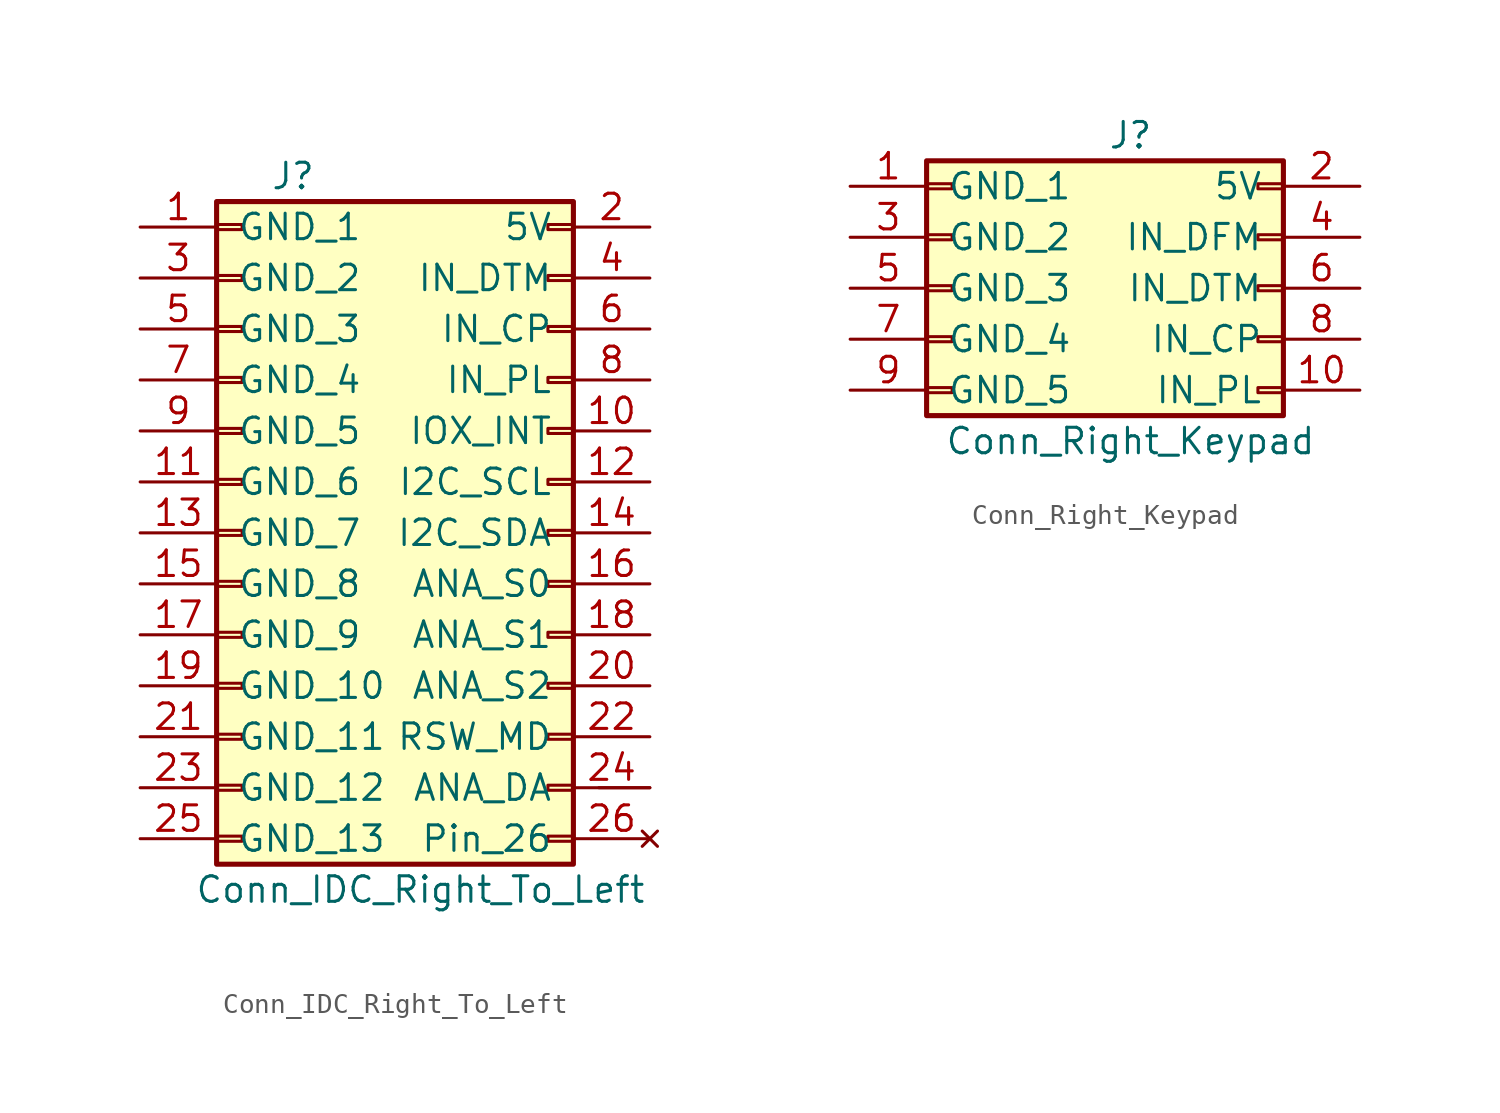
<source format=kicad_sym>
(kicad_symbol_lib
  (version 20241209)
  (generator "kicad_symbol_editor")
  (generator_version "9.0")
  (symbol "Conn_IDC_Right_To_Left"
    (pin_names
      (offset 1.016))
    (property "Reference" "J"
      (at -5.08 17.78 0)
      (effects (font (size 1.27 1.27))))
    (property "Value" "Conn_IDC_Right_To_Left"
      (at 1.27 -17.78 0)
      (effects (font (size 1.27 1.27))))
    (symbol "Conn_IDC_Right_To_Left_1_0"
      (pin passive line (at 12.7 -12.7 180) (length 2.54) (name "" (effects (font (size 1.27 1.27)))) (number "" (effects (font (size 1.27 1.27))))))
    (symbol "Conn_IDC_Right_To_Left_1_1"
      (rectangle (start -8.89 16.51) (end 8.89 -16.51) (stroke (width 0.254) (type default)) (fill (type background)))
      (rectangle (start -8.89 15.367) (end -7.62 15.113) (stroke (width 0.152) (type default)) (fill (type none)))
      (rectangle (start -8.89 12.827) (end -7.62 12.573) (stroke (width 0.152) (type default)) (fill (type none)))
      (rectangle (start -8.89 10.287) (end -7.62 10.033) (stroke (width 0.152) (type default)) (fill (type none)))
      (rectangle (start -8.89 7.747) (end -7.62 7.493) (stroke (width 0.152) (type default)) (fill (type none)))
      (rectangle (start -8.89 5.207) (end -7.62 4.953) (stroke (width 0.152) (type default)) (fill (type none)))
      (rectangle (start -8.89 2.667) (end -7.62 2.413) (stroke (width 0.152) (type default)) (fill (type none)))
      (rectangle (start -8.89 0.127) (end -7.62 -0.127) (stroke (width 0.152) (type default)) (fill (type none)))
      (rectangle (start -8.89 -2.413) (end -7.62 -2.667) (stroke (width 0.152) (type default)) (fill (type none)))
      (rectangle (start -8.89 -4.953) (end -7.62 -5.207) (stroke (width 0.152) (type default)) (fill (type none)))
      (rectangle (start -8.89 -7.493) (end -7.62 -7.747) (stroke (width 0.152) (type default)) (fill (type none)))
      (rectangle (start -8.89 -10.033) (end -7.62 -10.287) (stroke (width 0.152) (type default)) (fill (type none)))
      (rectangle (start -8.89 -12.573) (end -7.62 -12.827) (stroke (width 0.152) (type default)) (fill (type none)))
      (rectangle (start -8.89 -15.113) (end -7.62 -15.367) (stroke (width 0.152) (type default)) (fill (type none)))
      (rectangle (start 8.89 15.367) (end 7.62 15.113) (stroke (width 0.152) (type default)) (fill (type none)))
      (rectangle (start 8.89 12.827) (end 7.62 12.573) (stroke (width 0.152) (type default)) (fill (type none)))
      (rectangle (start 8.89 10.287) (end 7.62 10.033) (stroke (width 0.152) (type default)) (fill (type none)))
      (rectangle (start 8.89 7.747) (end 7.62 7.493) (stroke (width 0.152) (type default)) (fill (type none)))
      (rectangle (start 8.89 5.207) (end 7.62 4.953) (stroke (width 0.152) (type default)) (fill (type none)))
      (rectangle (start 8.89 2.667) (end 7.62 2.413) (stroke (width 0.152) (type default)) (fill (type none)))
      (rectangle (start 8.89 0.127) (end 7.62 -0.127) (stroke (width 0.152) (type default)) (fill (type none)))
      (rectangle (start 8.89 -2.413) (end 7.62 -2.667) (stroke (width 0.152) (type default)) (fill (type none)))
      (rectangle (start 8.89 -4.953) (end 7.62 -5.207) (stroke (width 0.152) (type default)) (fill (type none)))
      (rectangle (start 8.89 -7.493) (end 7.62 -7.747) (stroke (width 0.152) (type default)) (fill (type none)))
      (rectangle (start 8.89 -10.033) (end 7.62 -10.287) (stroke (width 0.152) (type default)) (fill (type none)))
      (rectangle (start 8.89 -12.573) (end 7.62 -12.827) (stroke (width 0.152) (type default)) (fill (type none)))
      (rectangle (start 8.89 -15.113) (end 7.62 -15.367) (stroke (width 0.152) (type default)) (fill (type none)))
      (pin passive line (at -12.7 15.24 0) (length 3.81) (name "GND_1" (effects (font (size 1.27 1.27)))) (number "1" (effects (font (size 1.27 1.27)))))
      (pin passive line (at -12.7 12.7 0) (length 3.81) (name "GND_2" (effects (font (size 1.27 1.27)))) (number "3" (effects (font (size 1.27 1.27)))))
      (pin passive line (at -12.7 10.16 0) (length 3.81) (name "GND_3" (effects (font (size 1.27 1.27)))) (number "5" (effects (font (size 1.27 1.27)))))
      (pin passive line (at -12.7 7.62 0) (length 3.81) (name "GND_4" (effects (font (size 1.27 1.27)))) (number "7" (effects (font (size 1.27 1.27)))))
      (pin passive line (at -12.7 5.08 0) (length 3.81) (name "GND_5" (effects (font (size 1.27 1.27)))) (number "9" (effects (font (size 1.27 1.27)))))
      (pin passive line (at -12.7 2.54 0) (length 3.81) (name "GND_6" (effects (font (size 1.27 1.27)))) (number "11" (effects (font (size 1.27 1.27)))))
      (pin passive line (at -12.7 0 0) (length 3.81) (name "GND_7" (effects (font (size 1.27 1.27)))) (number "13" (effects (font (size 1.27 1.27)))))
      (pin passive line (at -12.7 -2.54 0) (length 3.81) (name "GND_8" (effects (font (size 1.27 1.27)))) (number "15" (effects (font (size 1.27 1.27)))))
      (pin passive line (at -12.7 -5.08 0) (length 3.81) (name "GND_9" (effects (font (size 1.27 1.27)))) (number "17" (effects (font (size 1.27 1.27)))))
      (pin passive line (at -12.7 -7.62 0) (length 3.81) (name "GND_10" (effects (font (size 1.27 1.27)))) (number "19" (effects (font (size 1.27 1.27)))))
      (pin passive line (at -12.7 -10.16 0) (length 3.81) (name "GND_11" (effects (font (size 1.27 1.27)))) (number "21" (effects (font (size 1.27 1.27)))))
      (pin passive line (at -12.7 -12.7 0) (length 3.81) (name "GND_12" (effects (font (size 1.27 1.27)))) (number "23" (effects (font (size 1.27 1.27)))))
      (pin passive line (at -12.7 -15.24 0) (length 3.81) (name "GND_13" (effects (font (size 1.27 1.27)))) (number "25" (effects (font (size 1.27 1.27)))))
      (pin passive line (at 12.7 15.24 180) (length 3.81) (name "5V" (effects (font (size 1.27 1.27)))) (number "2" (effects (font (size 1.27 1.27)))))
      (pin passive line (at 12.7 12.7 180) (length 3.81) (name "IN_DTM" (effects (font (size 1.27 1.27)))) (number "4" (effects (font (size 1.27 1.27)))))
      (pin passive line (at 12.7 10.16 180) (length 3.81) (name "IN_CP" (effects (font (size 1.27 1.27)))) (number "6" (effects (font (size 1.27 1.27)))))
      (pin passive line (at 12.7 7.62 180) (length 3.81) (name "IN_PL" (effects (font (size 1.27 1.27)))) (number "8" (effects (font (size 1.27 1.27)))))
      (pin passive line (at 12.7 5.08 180) (length 3.81) (name "IOX_INT" (effects (font (size 1.27 1.27)))) (number "10" (effects (font (size 1.27 1.27)))))
      (pin passive line (at 12.7 2.54 180) (length 3.81) (name "I2C_SCL" (effects (font (size 1.27 1.27)))) (number "12" (effects (font (size 1.27 1.27)))))
      (pin passive line (at 12.7 0 180) (length 3.81) (name "I2C_SDA" (effects (font (size 1.27 1.27)))) (number "14" (effects (font (size 1.27 1.27)))))
      (pin passive line (at 12.7 -2.54 180) (length 3.81) (name "ANA_S0" (effects (font (size 1.27 1.27)))) (number "16" (effects (font (size 1.27 1.27)))))
      (pin passive line (at 12.7 -5.08 180) (length 3.81) (name "ANA_S1" (effects (font (size 1.27 1.27)))) (number "18" (effects (font (size 1.27 1.27)))))
      (pin passive line (at 12.7 -7.62 180) (length 3.81) (name "ANA_S2" (effects (font (size 1.27 1.27)))) (number "20" (effects (font (size 1.27 1.27)))))
      (pin passive line (at 12.7 -10.16 180) (length 3.81) (name "RSW_MD" (effects (font (size 1.27 1.27)))) (number "22" (effects (font (size 1.27 1.27)))))
      (pin passive line (at 12.7 -12.7 180) (length 3.81) (name "ANA_DA" (effects (font (size 1.27 1.27)))) (number "24" (effects (font (size 1.27 1.27)))))
      (pin no_connect line (at 12.7 -15.24 180) (length 3.81) (name "Pin_26" (effects (font (size 1.27 1.27)))) (number "26" (effects (font (size 1.27 1.27)))))))
  (symbol "Conn_Right_Keypad"
    (pin_names
      (offset 1.016))
    (property "Reference" "J"
      (at 1.27 7.62 0)
      (effects (font (size 1.27 1.27))))
    (property "Value" "Conn_Right_Keypad"
      (at 1.27 -7.62 0)
      (effects (font (size 1.27 1.27))))
    (symbol "Conn_Right_Keypad_1_1"
      (rectangle (start -8.89 6.35) (end 8.89 -6.35) (stroke (width 0.254) (type default)) (fill (type background)))
      (rectangle (start -8.89 5.207) (end -7.62 4.953) (stroke (width 0.152) (type default)) (fill (type none)))
      (rectangle (start -8.89 2.667) (end -7.62 2.413) (stroke (width 0.152) (type default)) (fill (type none)))
      (rectangle (start -8.89 0.127) (end -7.62 -0.127) (stroke (width 0.152) (type default)) (fill (type none)))
      (rectangle (start -8.89 -2.413) (end -7.62 -2.667) (stroke (width 0.152) (type default)) (fill (type none)))
      (rectangle (start -8.89 -4.953) (end -7.62 -5.207) (stroke (width 0.152) (type default)) (fill (type none)))
      (rectangle (start 8.89 5.207) (end 7.62 4.953) (stroke (width 0.152) (type default)) (fill (type none)))
      (rectangle (start 8.89 2.667) (end 7.62 2.413) (stroke (width 0.152) (type default)) (fill (type none)))
      (rectangle (start 8.89 0.127) (end 7.62 -0.127) (stroke (width 0.152) (type default)) (fill (type none)))
      (rectangle (start 8.89 -2.413) (end 7.62 -2.667) (stroke (width 0.152) (type default)) (fill (type none)))
      (rectangle (start 8.89 -4.953) (end 7.62 -5.207) (stroke (width 0.152) (type default)) (fill (type none)))
      (pin passive line (at -12.7 5.08 0) (length 3.81) (name "GND_1" (effects (font (size 1.27 1.27)))) (number "1" (effects (font (size 1.27 1.27)))))
      (pin passive line (at -12.7 2.54 0) (length 3.81) (name "GND_2" (effects (font (size 1.27 1.27)))) (number "3" (effects (font (size 1.27 1.27)))))
      (pin passive line (at -12.7 0 0) (length 3.81) (name "GND_3" (effects (font (size 1.27 1.27)))) (number "5" (effects (font (size 1.27 1.27)))))
      (pin passive line (at -12.7 -2.54 0) (length 3.81) (name "GND_4" (effects (font (size 1.27 1.27)))) (number "7" (effects (font (size 1.27 1.27)))))
      (pin passive line (at -12.7 -5.08 0) (length 3.81) (name "GND_5" (effects (font (size 1.27 1.27)))) (number "9" (effects (font (size 1.27 1.27)))))
      (pin passive line (at 12.7 5.08 180) (length 3.81) (name "5V" (effects (font (size 1.27 1.27)))) (number "2" (effects (font (size 1.27 1.27)))))
      (pin passive line (at 12.7 2.54 180) (length 3.81) (name "IN_DFM" (effects (font (size 1.27 1.27)))) (number "4" (effects (font (size 1.27 1.27)))))
      (pin passive line (at 12.7 0 180) (length 3.81) (name "IN_DTM" (effects (font (size 1.27 1.27)))) (number "6" (effects (font (size 1.27 1.27)))))
      (pin passive line (at 12.7 -2.54 180) (length 3.81) (name "IN_CP" (effects (font (size 1.27 1.27)))) (number "8" (effects (font (size 1.27 1.27)))))
      (pin passive line (at 12.7 -5.08 180) (length 3.81) (name "IN_PL" (effects (font (size 1.27 1.27)))) (number "10" (effects (font (size 1.27 1.27))))))))
</source>
